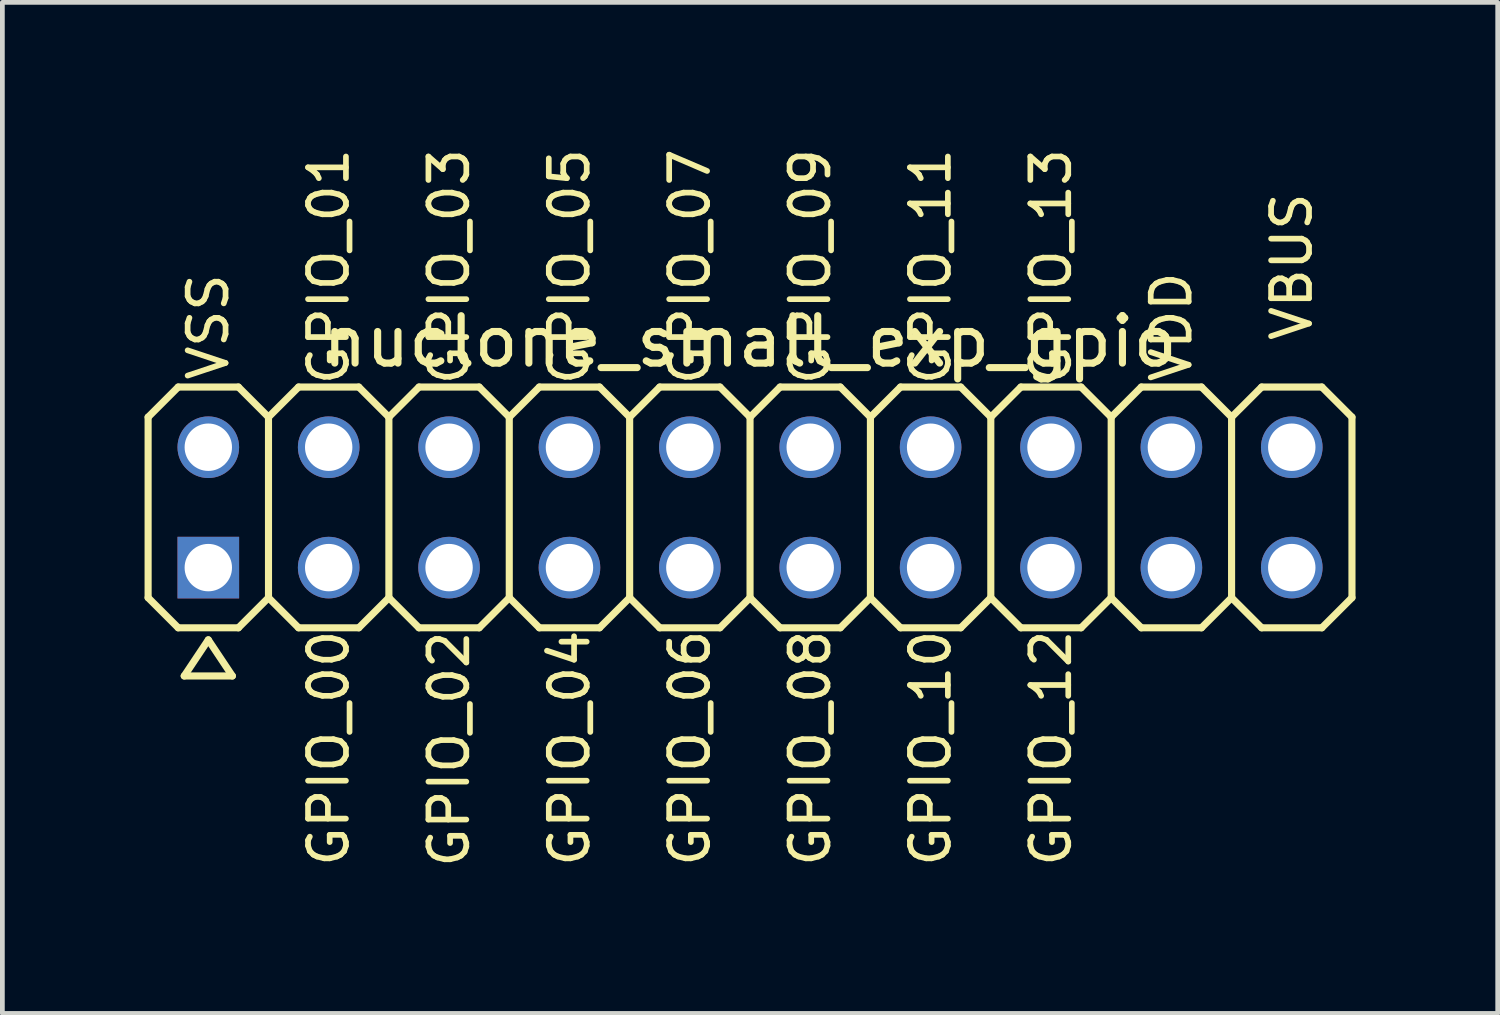
<source format=kicad_pcb>
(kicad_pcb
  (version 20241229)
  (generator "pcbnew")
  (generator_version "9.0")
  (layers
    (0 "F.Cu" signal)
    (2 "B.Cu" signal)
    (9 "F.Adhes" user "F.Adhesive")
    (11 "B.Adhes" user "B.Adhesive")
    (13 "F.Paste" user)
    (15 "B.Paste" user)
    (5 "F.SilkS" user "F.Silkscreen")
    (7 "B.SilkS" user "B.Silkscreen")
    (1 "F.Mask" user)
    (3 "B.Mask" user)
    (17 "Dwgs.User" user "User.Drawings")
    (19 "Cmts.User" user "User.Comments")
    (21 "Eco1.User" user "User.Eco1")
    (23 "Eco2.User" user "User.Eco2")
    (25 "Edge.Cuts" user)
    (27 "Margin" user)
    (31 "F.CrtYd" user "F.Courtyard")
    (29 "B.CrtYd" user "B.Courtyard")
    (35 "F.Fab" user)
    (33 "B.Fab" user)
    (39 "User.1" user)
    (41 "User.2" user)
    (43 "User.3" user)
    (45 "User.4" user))
  (footprint "nuclone_small_exp_gpio"
    (layer "F.Cu")
    (at 12.775 7.656)
    (property "Reference" "nuclone_small_exp_gpio" (at 0 -3.5 0) (layer "F.SilkS") (effects (font (size 1 1) (thickness 0.15))))
    (attr exclude_from_pos_files exclude_from_bom)
    (fp_line (start -12.7 -1.905) (end -12.065 -2.54) (stroke (width 0.15) (type solid)) (layer "F.SilkS"))
    (fp_line (start -12.7 1.905) (end -12.7 -1.905) (stroke (width 0.15) (type solid)) (layer "F.SilkS"))
    (fp_line (start -12.7 1.905) (end -12.065 2.54) (stroke (width 0.15) (type solid)) (layer "F.SilkS"))
    (fp_line (start -12.065 -2.54) (end -10.795 -2.54) (stroke (width 0.15) (type solid)) (layer "F.SilkS"))
    (fp_line (start -12.065 2.54) (end -10.795 2.54) (stroke (width 0.15) (type solid)) (layer "F.SilkS"))
    (fp_line (start -11.938 3.556) (end -10.922 3.556) (stroke (width 0.15) (type solid)) (layer "F.SilkS"))
    (fp_line (start -11.43 2.794) (end -11.938 3.556) (stroke (width 0.15) (type solid)) (layer "F.SilkS"))
    (fp_line (start -10.922 3.556) (end -11.43 2.794) (stroke (width 0.15) (type solid)) (layer "F.SilkS"))
    (fp_line (start -10.795 -2.54) (end -10.16 -1.905) (stroke (width 0.15) (type solid)) (layer "F.SilkS"))
    (fp_line (start -10.795 2.54) (end -10.16 1.905) (stroke (width 0.15) (type solid)) (layer "F.SilkS"))
    (fp_line (start -10.16 -1.905) (end -10.16 1.905) (stroke (width 0.15) (type solid)) (layer "F.SilkS"))
    (fp_line (start -10.16 -1.905) (end -9.525 -2.54) (stroke (width 0.15) (type solid)) (layer "F.SilkS"))
    (fp_line (start -10.16 1.905) (end -9.525 2.54) (stroke (width 0.15) (type solid)) (layer "F.SilkS"))
    (fp_line (start -9.525 -2.54) (end -8.255 -2.54) (stroke (width 0.15) (type solid)) (layer "F.SilkS"))
    (fp_line (start -9.525 2.54) (end -8.255 2.54) (stroke (width 0.15) (type solid)) (layer "F.SilkS"))
    (fp_line (start -8.255 -2.54) (end -7.62 -1.905) (stroke (width 0.15) (type solid)) (layer "F.SilkS"))
    (fp_line (start -8.255 2.54) (end -7.62 1.905) (stroke (width 0.15) (type solid)) (layer "F.SilkS"))
    (fp_line (start -7.62 -1.905) (end -7.62 1.905) (stroke (width 0.15) (type solid)) (layer "F.SilkS"))
    (fp_line (start -7.62 -1.905) (end -6.985 -2.54) (stroke (width 0.15) (type solid)) (layer "F.SilkS"))
    (fp_line (start -7.62 1.905) (end -6.985 2.54) (stroke (width 0.15) (type solid)) (layer "F.SilkS"))
    (fp_line (start -6.985 -2.54) (end -5.715 -2.54) (stroke (width 0.15) (type solid)) (layer "F.SilkS"))
    (fp_line (start -6.985 2.54) (end -5.715 2.54) (stroke (width 0.15) (type solid)) (layer "F.SilkS"))
    (fp_line (start -5.715 -2.54) (end -5.08 -1.905) (stroke (width 0.15) (type solid)) (layer "F.SilkS"))
    (fp_line (start -5.715 2.54) (end -5.08 1.905) (stroke (width 0.15) (type solid)) (layer "F.SilkS"))
    (fp_line (start -5.08 -1.905) (end -5.08 1.905) (stroke (width 0.15) (type solid)) (layer "F.SilkS"))
    (fp_line (start -5.08 -1.905) (end -4.445 -2.54) (stroke (width 0.15) (type solid)) (layer "F.SilkS"))
    (fp_line (start -5.08 1.905) (end -4.445 2.54) (stroke (width 0.15) (type solid)) (layer "F.SilkS"))
    (fp_line (start -4.445 -2.54) (end -3.175 -2.54) (stroke (width 0.15) (type solid)) (layer "F.SilkS"))
    (fp_line (start -4.445 2.54) (end -3.175 2.54) (stroke (width 0.15) (type solid)) (layer "F.SilkS"))
    (fp_line (start -3.175 -2.54) (end -2.54 -1.905) (stroke (width 0.15) (type solid)) (layer "F.SilkS"))
    (fp_line (start -3.175 2.54) (end -2.54 1.905) (stroke (width 0.15) (type solid)) (layer "F.SilkS"))
    (fp_line (start -2.54 -1.905) (end -2.54 1.905) (stroke (width 0.15) (type solid)) (layer "F.SilkS"))
    (fp_line (start -2.54 -1.905) (end -1.905 -2.54) (stroke (width 0.15) (type solid)) (layer "F.SilkS"))
    (fp_line (start -2.54 1.905) (end -1.905 2.54) (stroke (width 0.15) (type solid)) (layer "F.SilkS"))
    (fp_line (start -1.905 -2.54) (end -0.635 -2.54) (stroke (width 0.15) (type solid)) (layer "F.SilkS"))
    (fp_line (start -1.905 2.54) (end -0.635 2.54) (stroke (width 0.15) (type solid)) (layer "F.SilkS"))
    (fp_line (start -0.635 -2.54) (end 0 -1.905) (stroke (width 0.15) (type solid)) (layer "F.SilkS"))
    (fp_line (start -0.635 2.54) (end 0 1.905) (stroke (width 0.15) (type solid)) (layer "F.SilkS"))
    (fp_line (start 0 -1.905) (end 0 1.905) (stroke (width 0.15) (type solid)) (layer "F.SilkS"))
    (fp_line (start 0 -1.905) (end 0.635 -2.54) (stroke (width 0.15) (type solid)) (layer "F.SilkS"))
    (fp_line (start 0 1.905) (end 0.635 2.54) (stroke (width 0.15) (type solid)) (layer "F.SilkS"))
    (fp_line (start 0.635 -2.54) (end 1.905 -2.54) (stroke (width 0.15) (type solid)) (layer "F.SilkS"))
    (fp_line (start 0.635 2.54) (end 1.905 2.54) (stroke (width 0.15) (type solid)) (layer "F.SilkS"))
    (fp_line (start 1.905 -2.54) (end 2.54 -1.905) (stroke (width 0.15) (type solid)) (layer "F.SilkS"))
    (fp_line (start 1.905 2.54) (end 2.54 1.905) (stroke (width 0.15) (type solid)) (layer "F.SilkS"))
    (fp_line (start 2.54 -1.905) (end 2.54 1.905) (stroke (width 0.15) (type solid)) (layer "F.SilkS"))
    (fp_line (start 2.54 -1.905) (end 3.175 -2.54) (stroke (width 0.15) (type solid)) (layer "F.SilkS"))
    (fp_line (start 2.54 1.905) (end 3.175 2.54) (stroke (width 0.15) (type solid)) (layer "F.SilkS"))
    (fp_line (start 3.175 -2.54) (end 4.445 -2.54) (stroke (width 0.15) (type solid)) (layer "F.SilkS"))
    (fp_line (start 3.175 2.54) (end 4.445 2.54) (stroke (width 0.15) (type solid)) (layer "F.SilkS"))
    (fp_line (start 4.445 -2.54) (end 5.08 -1.905) (stroke (width 0.15) (type solid)) (layer "F.SilkS"))
    (fp_line (start 5.08 -1.905) (end 5.08 1.905) (stroke (width 0.15) (type solid)) (layer "F.SilkS"))
    (fp_line (start 5.08 -1.905) (end 5.715 -2.54) (stroke (width 0.15) (type solid)) (layer "F.SilkS"))
    (fp_line (start 5.08 1.905) (end 4.445 2.54) (stroke (width 0.15) (type solid)) (layer "F.SilkS"))
    (fp_line (start 5.08 1.905) (end 5.715 2.54) (stroke (width 0.15) (type solid)) (layer "F.SilkS"))
    (fp_line (start 5.715 -2.54) (end 6.985 -2.54) (stroke (width 0.15) (type solid)) (layer "F.SilkS"))
    (fp_line (start 5.715 2.54) (end 6.985 2.54) (stroke (width 0.15) (type solid)) (layer "F.SilkS"))
    (fp_line (start 6.985 -2.54) (end 7.62 -1.905) (stroke (width 0.15) (type solid)) (layer "F.SilkS"))
    (fp_line (start 7.62 -1.905) (end 7.62 1.905) (stroke (width 0.15) (type solid)) (layer "F.SilkS"))
    (fp_line (start 7.62 -1.905) (end 8.255 -2.54) (stroke (width 0.15) (type solid)) (layer "F.SilkS"))
    (fp_line (start 7.62 1.905) (end 6.985 2.54) (stroke (width 0.15) (type solid)) (layer "F.SilkS"))
    (fp_line (start 7.62 1.905) (end 8.255 2.54) (stroke (width 0.15) (type solid)) (layer "F.SilkS"))
    (fp_line (start 8.255 -2.54) (end 9.525 -2.54) (stroke (width 0.15) (type solid)) (layer "F.SilkS"))
    (fp_line (start 8.255 2.54) (end 9.525 2.54) (stroke (width 0.15) (type solid)) (layer "F.SilkS"))
    (fp_line (start 9.525 -2.54) (end 10.16 -1.905) (stroke (width 0.15) (type solid)) (layer "F.SilkS"))
    (fp_line (start 10.16 -1.905) (end 10.16 1.905) (stroke (width 0.15) (type solid)) (layer "F.SilkS"))
    (fp_line (start 10.16 -1.905) (end 10.795 -2.54) (stroke (width 0.15) (type solid)) (layer "F.SilkS"))
    (fp_line (start 10.16 1.905) (end 9.525 2.54) (stroke (width 0.15) (type solid)) (layer "F.SilkS"))
    (fp_line (start 10.16 1.905) (end 10.795 2.54) (stroke (width 0.15) (type solid)) (layer "F.SilkS"))
    (fp_line (start 10.795 -2.54) (end 12.065 -2.54) (stroke (width 0.15) (type solid)) (layer "F.SilkS"))
    (fp_line (start 10.795 2.54) (end 12.065 2.54) (stroke (width 0.15) (type solid)) (layer "F.SilkS"))
    (fp_line (start 12.065 -2.54) (end 12.7 -1.905) (stroke (width 0.15) (type solid)) (layer "F.SilkS"))
    (fp_line (start 12.7 -1.905) (end 12.7 1.905) (stroke (width 0.15) (type solid)) (layer "F.SilkS"))
    (fp_line (start 12.7 1.905) (end 12.065 2.54) (stroke (width 0.15) (type solid)) (layer "F.SilkS"))
    (fp_text user "GPIO_10" (at 3.81 5.08 90) (layer "F.SilkS") (effects (font (size 0.8 0.8) (thickness 0.12))))
    (fp_text user "GPIO_12" (at 6.35 5.08 90) (layer "F.SilkS") (effects (font (size 0.8 0.8) (thickness 0.12))))
    (fp_text user "GPIO_00" (at -8.89 5.08 90) (layer "F.SilkS") (effects (font (size 0.8 0.8) (thickness 0.12))))
    (fp_text user "GPIO_04" (at -3.81 5.08 90) (layer "F.SilkS") (effects (font (size 0.8 0.8) (thickness 0.12))))
    (fp_text user "GPIO_13" (at 6.35 -5.08 270) (layer "F.SilkS") (effects (font (size 0.8 0.8) (thickness 0.12))))
    (fp_text user "VDD" (at 8.89 -3.81 90) (layer "F.SilkS") (effects (font (size 0.8 0.8) (thickness 0.12))))
    (fp_text user "VBUS" (at 11.43 -5.08 90) (layer "F.SilkS") (effects (font (size 0.8 0.8) (thickness 0.12))))
    (fp_text user "GPIO_11" (at 3.81 -5.08 90) (layer "F.SilkS") (effects (font (size 0.8 0.8) (thickness 0.12))))
    (fp_text user "GPIO_05" (at -3.81 -5.08 90) (layer "F.SilkS") (effects (font (size 0.8 0.8) (thickness 0.12))))
    (fp_text user "GPIO_09" (at 1.27 -5.08 90) (layer "F.SilkS") (effects (font (size 0.8 0.8) (thickness 0.12))))
    (fp_text user "GPIO_08" (at 1.27 5.08 90) (layer "F.SilkS") (effects (font (size 0.8 0.8) (thickness 0.12))))
    (fp_text user "GPIO_02" (at -6.35 5.1 90) (layer "F.SilkS") (effects (font (size 0.8 0.8) (thickness 0.12))))
    (fp_text user "GPIO_06" (at -1.27 5.08 90) (layer "F.SilkS") (effects (font (size 0.8 0.8) (thickness 0.12))))
    (fp_text user "VSS" (at -11.43 -3.81 90) (layer "F.SilkS") (effects (font (size 0.8 0.8) (thickness 0.12))))
    (fp_text user "GPIO_03" (at -6.35 -5.08 90) (layer "F.SilkS") (effects (font (size 0.8 0.8) (thickness 0.12))))
    (fp_text user "GPIO_01" (at -8.89 -5.08 90) (layer "F.SilkS") (effects (font (size 0.8 0.8) (thickness 0.12))))
    (fp_text user "GPIO_07" (at -1.27 -5.08 90) (layer "F.SilkS") (effects (font (size 0.8 0.8) (thickness 0.12))))
    (pad "1" thru_hole rect (at -11.43 1.27) (size 1.3 1.3) (drill 1) (layers "*.Cu" "*.Mask"))
    (pad "2" thru_hole circle (at -11.43 -1.27) (size 1.3 1.3) (drill 1) (layers "*.Cu" "*.Mask"))
    (pad "3" thru_hole circle (at -8.89 1.27) (size 1.3 1.3) (drill 1) (layers "*.Cu" "*.Mask"))
    (pad "4" thru_hole circle (at -8.89 -1.27) (size 1.3 1.3) (drill 1) (layers "*.Cu" "*.Mask"))
    (pad "5" thru_hole circle (at -6.35 1.27) (size 1.3 1.3) (drill 1) (layers "*.Cu" "*.Mask"))
    (pad "6" thru_hole circle (at -6.35 -1.27) (size 1.3 1.3) (drill 1) (layers "*.Cu" "*.Mask"))
    (pad "7" thru_hole circle (at -3.81 1.27) (size 1.3 1.3) (drill 1) (layers "*.Cu" "*.Mask"))
    (pad "8" thru_hole circle (at -3.81 -1.27) (size 1.3 1.3) (drill 1) (layers "*.Cu" "*.Mask"))
    (pad "9" thru_hole circle (at -1.27 1.27) (size 1.3 1.3) (drill 1) (layers "*.Cu" "*.Mask"))
    (pad "10" thru_hole circle (at -1.27 -1.27) (size 1.3 1.3) (drill 1) (layers "*.Cu" "*.Mask"))
    (pad "11" thru_hole circle (at 1.27 1.27) (size 1.3 1.3) (drill 1) (layers "*.Cu" "*.Mask"))
    (pad "12" thru_hole circle (at 1.27 -1.27) (size 1.3 1.3) (drill 1) (layers "*.Cu" "*.Mask"))
    (pad "13" thru_hole circle (at 3.81 1.27) (size 1.3 1.3) (drill 1) (layers "*.Cu" "*.Mask"))
    (pad "14" thru_hole circle (at 3.81 -1.27) (size 1.3 1.3) (drill 1) (layers "*.Cu" "*.Mask"))
    (pad "15" thru_hole circle (at 6.35 1.27) (size 1.3 1.3) (drill 1) (layers "*.Cu" "*.Mask"))
    (pad "16" thru_hole circle (at 6.35 -1.27) (size 1.3 1.3) (drill 1) (layers "*.Cu" "*.Mask"))
    (pad "17" thru_hole circle (at 8.89 1.27) (size 1.3 1.3) (drill 1) (layers "*.Cu" "*.Mask"))
    (pad "18" thru_hole circle (at 8.89 -1.27) (size 1.3 1.3) (drill 1) (layers "*.Cu" "*.Mask"))
    (pad "19" thru_hole circle (at 11.43 1.27) (size 1.3 1.3) (drill 1) (layers "*.Cu" "*.Mask"))
    (pad "20" thru_hole circle (at 11.43 -1.27) (size 1.3 1.3) (drill 1) (layers "*.Cu" "*.Mask")))
  (gr_rect
    (start -3 -3)
    (end 28.55 18.332)
    (stroke (width 0.1) (type default))
    (fill no)
    (layer "Edge.Cuts")))
</source>
